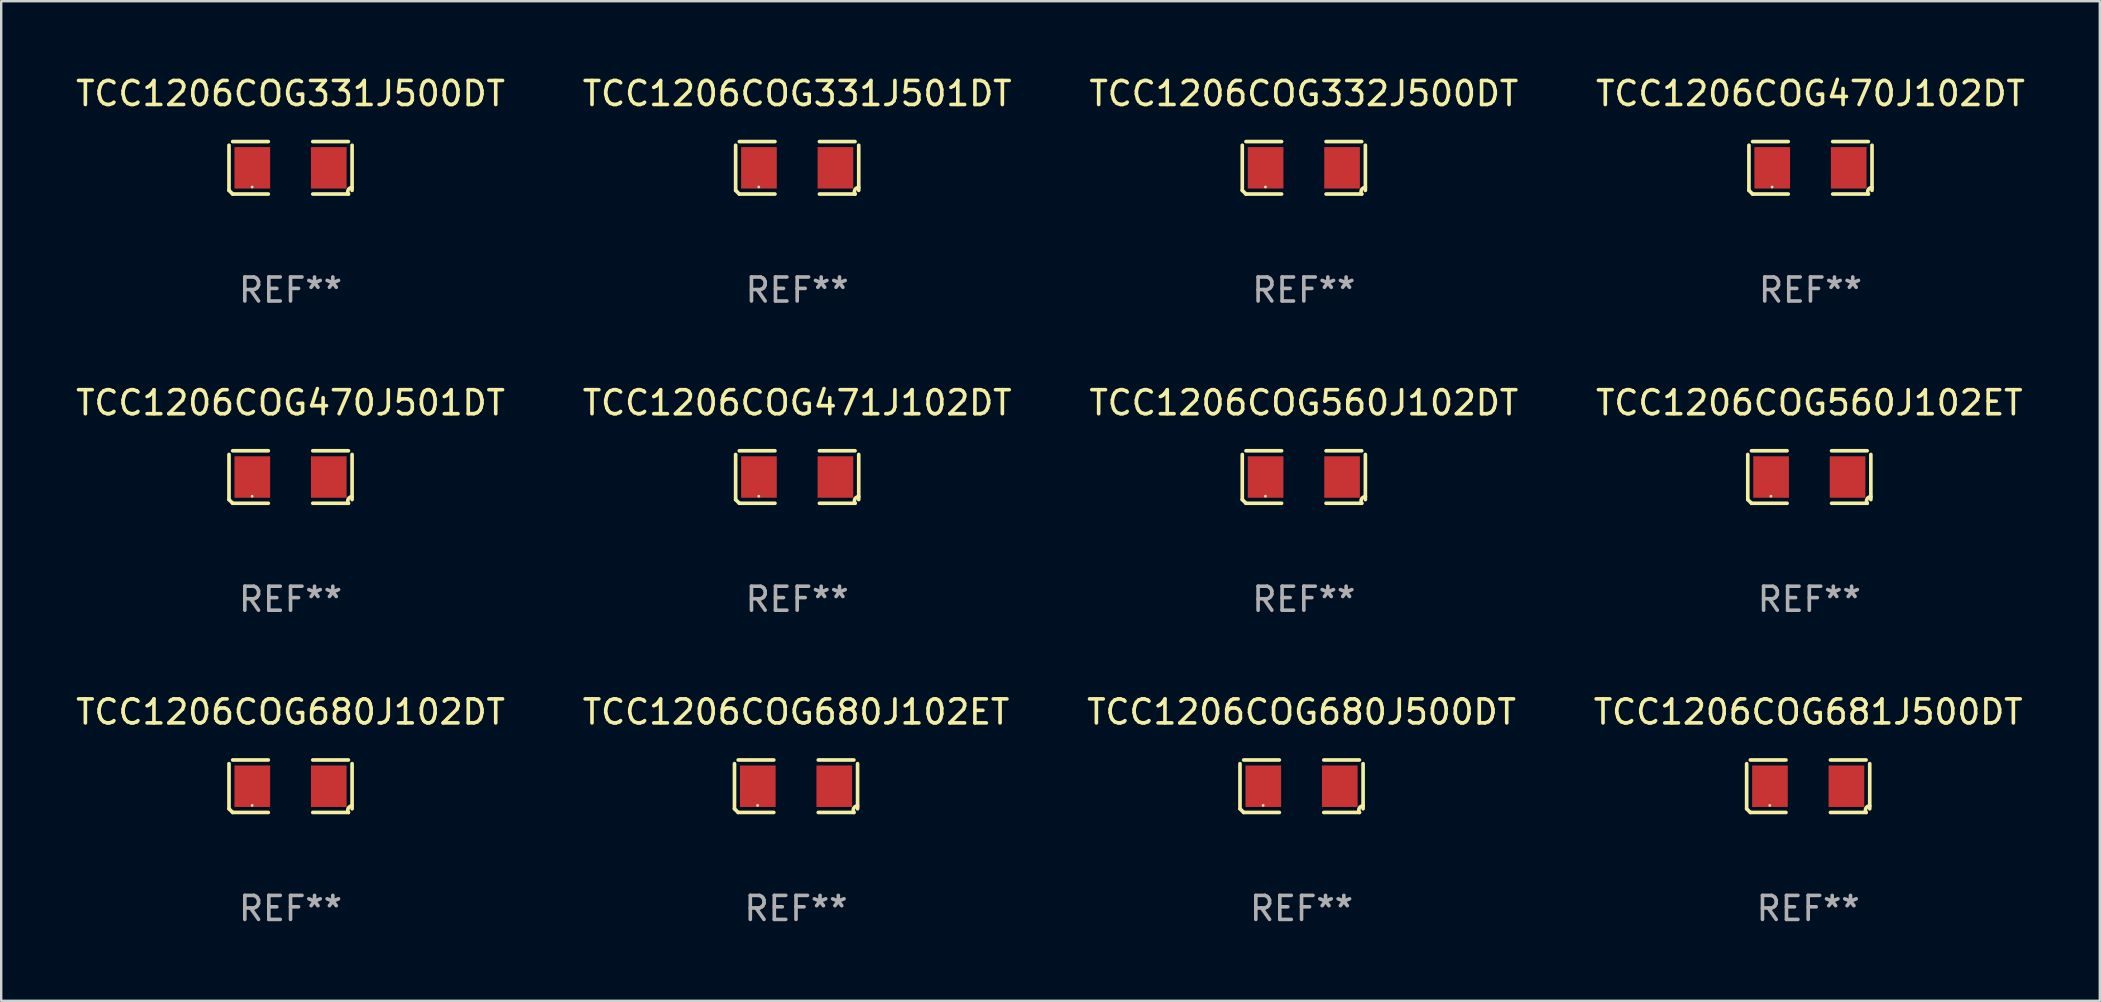
<source format=kicad_pcb>
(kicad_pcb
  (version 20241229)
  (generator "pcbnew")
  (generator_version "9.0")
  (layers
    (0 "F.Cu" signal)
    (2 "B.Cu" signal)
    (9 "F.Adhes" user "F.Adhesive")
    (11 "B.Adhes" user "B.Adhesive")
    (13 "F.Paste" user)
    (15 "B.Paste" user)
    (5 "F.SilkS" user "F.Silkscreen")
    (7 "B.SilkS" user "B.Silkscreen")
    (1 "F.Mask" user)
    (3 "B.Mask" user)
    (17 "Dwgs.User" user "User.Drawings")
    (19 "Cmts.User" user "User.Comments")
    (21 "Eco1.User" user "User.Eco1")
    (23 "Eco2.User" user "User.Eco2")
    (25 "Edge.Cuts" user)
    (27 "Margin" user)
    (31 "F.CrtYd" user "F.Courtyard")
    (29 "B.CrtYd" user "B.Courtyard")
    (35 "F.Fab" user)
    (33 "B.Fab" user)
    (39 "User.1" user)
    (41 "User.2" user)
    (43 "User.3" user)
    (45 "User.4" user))
  (footprint "TCC1206COG680J102ET"
    (layer "F.Cu")
    (at 30.113 29.704)
    (property "Reference" "TCC1206COG680J102ET" (at 0 -3.093 0) (layer "F.SilkS") (effects (font (size 1 1) (thickness 0.15))))
    (attr through_hole)
    (fp_line (start -2.564 0.94) (end -2.564 -0.94) (stroke (width 0.152) (type solid)) (layer "F.SilkS"))
    (fp_line (start -2.411 -1.093) (end -0.926 -1.093) (stroke (width 0.152) (type solid)) (layer "F.SilkS"))
    (fp_line (start -0.926 1.093) (end -2.411 1.093) (stroke (width 0.152) (type solid)) (layer "F.SilkS"))
    (fp_line (start 0.926 1.093) (end 2.411 1.093) (stroke (width 0.152) (type solid)) (layer "F.SilkS"))
    (fp_line (start 2.411 -1.093) (end 0.926 -1.093) (stroke (width 0.152) (type solid)) (layer "F.SilkS"))
    (fp_line (start 2.564 0.94) (end 2.564 -0.94) (stroke (width 0.152) (type solid)) (layer "F.SilkS"))
    (fp_arc (start -2.411201 1.092609) (mid -2.487413 1.01642) (end -2.563602 0.940208) (stroke (width 0.1524) (type solid)) (layer "F.SilkS"))
    (fp_arc (start 2.411201 1.092609) (mid 2.407159 0.911226) (end 2.563602 0.819347) (stroke (width 0.1524) (type solid)) (layer "F.SilkS"))
    (fp_circle (center -1.6 0.8) (end -1.57 0.8) (stroke (width 0.06) (type solid)) (fill no) (layer "F.SilkS"))
    (fp_text user "REF**" (at 0 5.093 0) (layer "F.Fab") (effects (font (size 1 1) (thickness 0.15))))
    (pad "1" smd rect (at -1.593 0) (size 1.485 1.728) (layers "F.Cu" "F.Mask" "F.Paste"))
    (pad "2" smd rect (at 1.593 0) (size 1.485 1.728) (layers "F.Cu" "F.Mask" "F.Paste")))
  (footprint "TCC1206COG680J500DT"
    (layer "F.Cu")
    (at 51.173 29.704)
    (property "Reference" "TCC1206COG680J500DT" (at 0 -3.093 0) (layer "F.SilkS") (effects (font (size 1 1) (thickness 0.15))))
    (attr through_hole)
    (fp_line (start -2.564 0.94) (end -2.564 -0.94) (stroke (width 0.152) (type solid)) (layer "F.SilkS"))
    (fp_line (start -2.411 -1.093) (end -0.926 -1.093) (stroke (width 0.152) (type solid)) (layer "F.SilkS"))
    (fp_line (start -0.926 1.093) (end -2.411 1.093) (stroke (width 0.152) (type solid)) (layer "F.SilkS"))
    (fp_line (start 0.926 1.093) (end 2.411 1.093) (stroke (width 0.152) (type solid)) (layer "F.SilkS"))
    (fp_line (start 2.411 -1.093) (end 0.926 -1.093) (stroke (width 0.152) (type solid)) (layer "F.SilkS"))
    (fp_line (start 2.564 0.94) (end 2.564 -0.94) (stroke (width 0.152) (type solid)) (layer "F.SilkS"))
    (fp_arc (start -2.411201 1.092609) (mid -2.487413 1.01642) (end -2.563602 0.940208) (stroke (width 0.1524) (type solid)) (layer "F.SilkS"))
    (fp_arc (start 2.411201 1.092609) (mid 2.407159 0.911226) (end 2.563602 0.819347) (stroke (width 0.1524) (type solid)) (layer "F.SilkS"))
    (fp_circle (center -1.6 0.8) (end -1.57 0.8) (stroke (width 0.06) (type solid)) (fill no) (layer "F.SilkS"))
    (fp_text user "REF**" (at 0 5.093 0) (layer "F.Fab") (effects (font (size 1 1) (thickness 0.15))))
    (pad "1" smd rect (at -1.593 0) (size 1.485 1.728) (layers "F.Cu" "F.Mask" "F.Paste"))
    (pad "2" smd rect (at 1.593 0) (size 1.485 1.728) (layers "F.Cu" "F.Mask" "F.Paste")))
  (footprint "TCC1206COG680J102DT"
    (layer "F.Cu")
    (at 9.054 29.704)
    (property "Reference" "TCC1206COG680J102DT" (at 0 -3.093 0) (layer "F.SilkS") (effects (font (size 1 1) (thickness 0.15))))
    (attr through_hole)
    (fp_line (start -2.564 0.94) (end -2.564 -0.94) (stroke (width 0.152) (type solid)) (layer "F.SilkS"))
    (fp_line (start -2.411 -1.093) (end -0.926 -1.093) (stroke (width 0.152) (type solid)) (layer "F.SilkS"))
    (fp_line (start -0.926 1.093) (end -2.411 1.093) (stroke (width 0.152) (type solid)) (layer "F.SilkS"))
    (fp_line (start 0.926 1.093) (end 2.411 1.093) (stroke (width 0.152) (type solid)) (layer "F.SilkS"))
    (fp_line (start 2.411 -1.093) (end 0.926 -1.093) (stroke (width 0.152) (type solid)) (layer "F.SilkS"))
    (fp_line (start 2.564 0.94) (end 2.564 -0.94) (stroke (width 0.152) (type solid)) (layer "F.SilkS"))
    (fp_arc (start -2.411201 1.092609) (mid -2.487413 1.01642) (end -2.563602 0.940208) (stroke (width 0.1524) (type solid)) (layer "F.SilkS"))
    (fp_arc (start 2.411201 1.092609) (mid 2.407159 0.911226) (end 2.563602 0.819347) (stroke (width 0.1524) (type solid)) (layer "F.SilkS"))
    (fp_circle (center -1.6 0.8) (end -1.57 0.8) (stroke (width 0.06) (type solid)) (fill no) (layer "F.SilkS"))
    (fp_text user "REF**" (at 0 5.093 0) (layer "F.Fab") (effects (font (size 1 1) (thickness 0.15))))
    (pad "1" smd rect (at -1.593 0) (size 1.485 1.728) (layers "F.Cu" "F.Mask" "F.Paste"))
    (pad "2" smd rect (at 1.593 0) (size 1.485 1.728) (layers "F.Cu" "F.Mask" "F.Paste")))
  (footprint "TCC1206COG331J500DT"
    (layer "F.Cu")
    (at 9.054 3.941)
    (property "Reference" "TCC1206COG331J500DT" (at 0 -3.093 0) (layer "F.SilkS") (effects (font (size 1 1) (thickness 0.15))))
    (attr through_hole)
    (fp_line (start -2.564 0.94) (end -2.564 -0.94) (stroke (width 0.152) (type solid)) (layer "F.SilkS"))
    (fp_line (start -2.411 -1.093) (end -0.926 -1.093) (stroke (width 0.152) (type solid)) (layer "F.SilkS"))
    (fp_line (start -0.926 1.093) (end -2.411 1.093) (stroke (width 0.152) (type solid)) (layer "F.SilkS"))
    (fp_line (start 0.926 1.093) (end 2.411 1.093) (stroke (width 0.152) (type solid)) (layer "F.SilkS"))
    (fp_line (start 2.411 -1.093) (end 0.926 -1.093) (stroke (width 0.152) (type solid)) (layer "F.SilkS"))
    (fp_line (start 2.564 0.94) (end 2.564 -0.94) (stroke (width 0.152) (type solid)) (layer "F.SilkS"))
    (fp_arc (start -2.411201 1.092609) (mid -2.487413 1.01642) (end -2.563602 0.940208) (stroke (width 0.1524) (type solid)) (layer "F.SilkS"))
    (fp_arc (start 2.411201 1.092609) (mid 2.407159 0.911226) (end 2.563602 0.819347) (stroke (width 0.1524) (type solid)) (layer "F.SilkS"))
    (fp_circle (center -1.6 0.8) (end -1.57 0.8) (stroke (width 0.06) (type solid)) (fill no) (layer "F.SilkS"))
    (fp_text user "REF**" (at 0 5.093 0) (layer "F.Fab") (effects (font (size 1 1) (thickness 0.15))))
    (pad "1" smd rect (at -1.593 0) (size 1.485 1.728) (layers "F.Cu" "F.Mask" "F.Paste"))
    (pad "2" smd rect (at 1.593 0) (size 1.485 1.728) (layers "F.Cu" "F.Mask" "F.Paste")))
  (footprint "TCC1206COG331J501DT"
    (layer "F.Cu")
    (at 30.161 3.941)
    (property "Reference" "TCC1206COG331J501DT" (at 0 -3.093 0) (layer "F.SilkS") (effects (font (size 1 1) (thickness 0.15))))
    (attr through_hole)
    (fp_line (start -2.564 0.94) (end -2.564 -0.94) (stroke (width 0.152) (type solid)) (layer "F.SilkS"))
    (fp_line (start -2.411 -1.093) (end -0.926 -1.093) (stroke (width 0.152) (type solid)) (layer "F.SilkS"))
    (fp_line (start -0.926 1.093) (end -2.411 1.093) (stroke (width 0.152) (type solid)) (layer "F.SilkS"))
    (fp_line (start 0.926 1.093) (end 2.411 1.093) (stroke (width 0.152) (type solid)) (layer "F.SilkS"))
    (fp_line (start 2.411 -1.093) (end 0.926 -1.093) (stroke (width 0.152) (type solid)) (layer "F.SilkS"))
    (fp_line (start 2.564 0.94) (end 2.564 -0.94) (stroke (width 0.152) (type solid)) (layer "F.SilkS"))
    (fp_arc (start -2.411201 1.092609) (mid -2.487413 1.01642) (end -2.563602 0.940208) (stroke (width 0.1524) (type solid)) (layer "F.SilkS"))
    (fp_arc (start 2.411201 1.092609) (mid 2.407159 0.911226) (end 2.563602 0.819347) (stroke (width 0.1524) (type solid)) (layer "F.SilkS"))
    (fp_circle (center -1.6 0.8) (end -1.57 0.8) (stroke (width 0.06) (type solid)) (fill no) (layer "F.SilkS"))
    (fp_text user "REF**" (at 0 5.093 0) (layer "F.Fab") (effects (font (size 1 1) (thickness 0.15))))
    (pad "1" smd rect (at -1.593 0) (size 1.485 1.728) (layers "F.Cu" "F.Mask" "F.Paste"))
    (pad "2" smd rect (at 1.593 0) (size 1.485 1.728) (layers "F.Cu" "F.Mask" "F.Paste")))
  (footprint "TCC1206COG471J102DT"
    (layer "F.Cu")
    (at 30.161 16.823)
    (property "Reference" "TCC1206COG471J102DT" (at 0 -3.093 0) (layer "F.SilkS") (effects (font (size 1 1) (thickness 0.15))))
    (attr through_hole)
    (fp_line (start -2.564 0.94) (end -2.564 -0.94) (stroke (width 0.152) (type solid)) (layer "F.SilkS"))
    (fp_line (start -2.411 -1.093) (end -0.926 -1.093) (stroke (width 0.152) (type solid)) (layer "F.SilkS"))
    (fp_line (start -0.926 1.093) (end -2.411 1.093) (stroke (width 0.152) (type solid)) (layer "F.SilkS"))
    (fp_line (start 0.926 1.093) (end 2.411 1.093) (stroke (width 0.152) (type solid)) (layer "F.SilkS"))
    (fp_line (start 2.411 -1.093) (end 0.926 -1.093) (stroke (width 0.152) (type solid)) (layer "F.SilkS"))
    (fp_line (start 2.564 0.94) (end 2.564 -0.94) (stroke (width 0.152) (type solid)) (layer "F.SilkS"))
    (fp_arc (start -2.411201 1.092609) (mid -2.487413 1.01642) (end -2.563602 0.940208) (stroke (width 0.1524) (type solid)) (layer "F.SilkS"))
    (fp_arc (start 2.411201 1.092609) (mid 2.407159 0.911226) (end 2.563602 0.819347) (stroke (width 0.1524) (type solid)) (layer "F.SilkS"))
    (fp_circle (center -1.6 0.8) (end -1.57 0.8) (stroke (width 0.06) (type solid)) (fill no) (layer "F.SilkS"))
    (fp_text user "REF**" (at 0 5.093 0) (layer "F.Fab") (effects (font (size 1 1) (thickness 0.15))))
    (pad "1" smd rect (at -1.593 0) (size 1.485 1.728) (layers "F.Cu" "F.Mask" "F.Paste"))
    (pad "2" smd rect (at 1.593 0) (size 1.485 1.728) (layers "F.Cu" "F.Mask" "F.Paste")))
  (footprint "TCC1206COG681J500DT"
    (layer "F.Cu")
    (at 72.28 29.704)
    (property "Reference" "TCC1206COG681J500DT" (at 0 -3.093 0) (layer "F.SilkS") (effects (font (size 1 1) (thickness 0.15))))
    (attr through_hole)
    (fp_line (start -2.564 0.94) (end -2.564 -0.94) (stroke (width 0.152) (type solid)) (layer "F.SilkS"))
    (fp_line (start -2.411 -1.093) (end -0.926 -1.093) (stroke (width 0.152) (type solid)) (layer "F.SilkS"))
    (fp_line (start -0.926 1.093) (end -2.411 1.093) (stroke (width 0.152) (type solid)) (layer "F.SilkS"))
    (fp_line (start 0.926 1.093) (end 2.411 1.093) (stroke (width 0.152) (type solid)) (layer "F.SilkS"))
    (fp_line (start 2.411 -1.093) (end 0.926 -1.093) (stroke (width 0.152) (type solid)) (layer "F.SilkS"))
    (fp_line (start 2.564 0.94) (end 2.564 -0.94) (stroke (width 0.152) (type solid)) (layer "F.SilkS"))
    (fp_arc (start -2.411201 1.092609) (mid -2.487413 1.01642) (end -2.563602 0.940208) (stroke (width 0.1524) (type solid)) (layer "F.SilkS"))
    (fp_arc (start 2.411201 1.092609) (mid 2.407159 0.911226) (end 2.563602 0.819347) (stroke (width 0.1524) (type solid)) (layer "F.SilkS"))
    (fp_circle (center -1.6 0.8) (end -1.57 0.8) (stroke (width 0.06) (type solid)) (fill no) (layer "F.SilkS"))
    (fp_text user "REF**" (at 0 5.093 0) (layer "F.Fab") (effects (font (size 1 1) (thickness 0.15))))
    (pad "1" smd rect (at -1.593 0) (size 1.485 1.728) (layers "F.Cu" "F.Mask" "F.Paste"))
    (pad "2" smd rect (at 1.593 0) (size 1.485 1.728) (layers "F.Cu" "F.Mask" "F.Paste")))
  (footprint "TCC1206COG560J102DT"
    (layer "F.Cu")
    (at 51.268 16.823)
    (property "Reference" "TCC1206COG560J102DT" (at 0 -3.093 0) (layer "F.SilkS") (effects (font (size 1 1) (thickness 0.15))))
    (attr through_hole)
    (fp_line (start -2.564 0.94) (end -2.564 -0.94) (stroke (width 0.152) (type solid)) (layer "F.SilkS"))
    (fp_line (start -2.411 -1.093) (end -0.926 -1.093) (stroke (width 0.152) (type solid)) (layer "F.SilkS"))
    (fp_line (start -0.926 1.093) (end -2.411 1.093) (stroke (width 0.152) (type solid)) (layer "F.SilkS"))
    (fp_line (start 0.926 1.093) (end 2.411 1.093) (stroke (width 0.152) (type solid)) (layer "F.SilkS"))
    (fp_line (start 2.411 -1.093) (end 0.926 -1.093) (stroke (width 0.152) (type solid)) (layer "F.SilkS"))
    (fp_line (start 2.564 0.94) (end 2.564 -0.94) (stroke (width 0.152) (type solid)) (layer "F.SilkS"))
    (fp_arc (start -2.411201 1.092609) (mid -2.487413 1.01642) (end -2.563602 0.940208) (stroke (width 0.1524) (type solid)) (layer "F.SilkS"))
    (fp_arc (start 2.411201 1.092609) (mid 2.407159 0.911226) (end 2.563602 0.819347) (stroke (width 0.1524) (type solid)) (layer "F.SilkS"))
    (fp_circle (center -1.6 0.8) (end -1.57 0.8) (stroke (width 0.06) (type solid)) (fill no) (layer "F.SilkS"))
    (fp_text user "REF**" (at 0 5.093 0) (layer "F.Fab") (effects (font (size 1 1) (thickness 0.15))))
    (pad "1" smd rect (at -1.593 0) (size 1.485 1.728) (layers "F.Cu" "F.Mask" "F.Paste"))
    (pad "2" smd rect (at 1.593 0) (size 1.485 1.728) (layers "F.Cu" "F.Mask" "F.Paste")))
  (footprint "TCC1206COG470J102DT"
    (layer "F.Cu")
    (at 72.375 3.941)
    (property "Reference" "TCC1206COG470J102DT" (at 0 -3.093 0) (layer "F.SilkS") (effects (font (size 1 1) (thickness 0.15))))
    (attr through_hole)
    (fp_line (start -2.564 0.94) (end -2.564 -0.94) (stroke (width 0.152) (type solid)) (layer "F.SilkS"))
    (fp_line (start -2.411 -1.093) (end -0.926 -1.093) (stroke (width 0.152) (type solid)) (layer "F.SilkS"))
    (fp_line (start -0.926 1.093) (end -2.411 1.093) (stroke (width 0.152) (type solid)) (layer "F.SilkS"))
    (fp_line (start 0.926 1.093) (end 2.411 1.093) (stroke (width 0.152) (type solid)) (layer "F.SilkS"))
    (fp_line (start 2.411 -1.093) (end 0.926 -1.093) (stroke (width 0.152) (type solid)) (layer "F.SilkS"))
    (fp_line (start 2.564 0.94) (end 2.564 -0.94) (stroke (width 0.152) (type solid)) (layer "F.SilkS"))
    (fp_arc (start -2.411201 1.092609) (mid -2.487413 1.01642) (end -2.563602 0.940208) (stroke (width 0.1524) (type solid)) (layer "F.SilkS"))
    (fp_arc (start 2.411201 1.092609) (mid 2.407159 0.911226) (end 2.563602 0.819347) (stroke (width 0.1524) (type solid)) (layer "F.SilkS"))
    (fp_circle (center -1.6 0.8) (end -1.57 0.8) (stroke (width 0.06) (type solid)) (fill no) (layer "F.SilkS"))
    (fp_text user "REF**" (at 0 5.093 0) (layer "F.Fab") (effects (font (size 1 1) (thickness 0.15))))
    (pad "1" smd rect (at -1.593 0) (size 1.485 1.728) (layers "F.Cu" "F.Mask" "F.Paste"))
    (pad "2" smd rect (at 1.593 0) (size 1.485 1.728) (layers "F.Cu" "F.Mask" "F.Paste")))
  (footprint "TCC1206COG332J500DT"
    (layer "F.Cu")
    (at 51.268 3.941)
    (property "Reference" "TCC1206COG332J500DT" (at 0 -3.093 0) (layer "F.SilkS") (effects (font (size 1 1) (thickness 0.15))))
    (attr through_hole)
    (fp_line (start -2.564 0.94) (end -2.564 -0.94) (stroke (width 0.152) (type solid)) (layer "F.SilkS"))
    (fp_line (start -2.411 -1.093) (end -0.926 -1.093) (stroke (width 0.152) (type solid)) (layer "F.SilkS"))
    (fp_line (start -0.926 1.093) (end -2.411 1.093) (stroke (width 0.152) (type solid)) (layer "F.SilkS"))
    (fp_line (start 0.926 1.093) (end 2.411 1.093) (stroke (width 0.152) (type solid)) (layer "F.SilkS"))
    (fp_line (start 2.411 -1.093) (end 0.926 -1.093) (stroke (width 0.152) (type solid)) (layer "F.SilkS"))
    (fp_line (start 2.564 0.94) (end 2.564 -0.94) (stroke (width 0.152) (type solid)) (layer "F.SilkS"))
    (fp_arc (start -2.411201 1.092609) (mid -2.487413 1.01642) (end -2.563602 0.940208) (stroke (width 0.1524) (type solid)) (layer "F.SilkS"))
    (fp_arc (start 2.411201 1.092609) (mid 2.407159 0.911226) (end 2.563602 0.819347) (stroke (width 0.1524) (type solid)) (layer "F.SilkS"))
    (fp_circle (center -1.6 0.8) (end -1.57 0.8) (stroke (width 0.06) (type solid)) (fill no) (layer "F.SilkS"))
    (fp_text user "REF**" (at 0 5.093 0) (layer "F.Fab") (effects (font (size 1 1) (thickness 0.15))))
    (pad "1" smd rect (at -1.593 0) (size 1.485 1.728) (layers "F.Cu" "F.Mask" "F.Paste"))
    (pad "2" smd rect (at 1.593 0) (size 1.485 1.728) (layers "F.Cu" "F.Mask" "F.Paste")))
  (footprint "TCC1206COG560J102ET"
    (layer "F.Cu")
    (at 72.327 16.823)
    (property "Reference" "TCC1206COG560J102ET" (at 0 -3.093 0) (layer "F.SilkS") (effects (font (size 1 1) (thickness 0.15))))
    (attr through_hole)
    (fp_line (start -2.564 0.94) (end -2.564 -0.94) (stroke (width 0.152) (type solid)) (layer "F.SilkS"))
    (fp_line (start -2.411 -1.093) (end -0.926 -1.093) (stroke (width 0.152) (type solid)) (layer "F.SilkS"))
    (fp_line (start -0.926 1.093) (end -2.411 1.093) (stroke (width 0.152) (type solid)) (layer "F.SilkS"))
    (fp_line (start 0.926 1.093) (end 2.411 1.093) (stroke (width 0.152) (type solid)) (layer "F.SilkS"))
    (fp_line (start 2.411 -1.093) (end 0.926 -1.093) (stroke (width 0.152) (type solid)) (layer "F.SilkS"))
    (fp_line (start 2.564 0.94) (end 2.564 -0.94) (stroke (width 0.152) (type solid)) (layer "F.SilkS"))
    (fp_arc (start -2.411201 1.092609) (mid -2.487413 1.01642) (end -2.563602 0.940208) (stroke (width 0.1524) (type solid)) (layer "F.SilkS"))
    (fp_arc (start 2.411201 1.092609) (mid 2.407159 0.911226) (end 2.563602 0.819347) (stroke (width 0.1524) (type solid)) (layer "F.SilkS"))
    (fp_circle (center -1.6 0.8) (end -1.57 0.8) (stroke (width 0.06) (type solid)) (fill no) (layer "F.SilkS"))
    (fp_text user "REF**" (at 0 5.093 0) (layer "F.Fab") (effects (font (size 1 1) (thickness 0.15))))
    (pad "1" smd rect (at -1.593 0) (size 1.485 1.728) (layers "F.Cu" "F.Mask" "F.Paste"))
    (pad "2" smd rect (at 1.593 0) (size 1.485 1.728) (layers "F.Cu" "F.Mask" "F.Paste")))
  (footprint "TCC1206COG470J501DT"
    (layer "F.Cu")
    (at 9.054 16.823)
    (property "Reference" "TCC1206COG470J501DT" (at 0 -3.093 0) (layer "F.SilkS") (effects (font (size 1 1) (thickness 0.15))))
    (attr through_hole)
    (fp_line (start -2.564 0.94) (end -2.564 -0.94) (stroke (width 0.152) (type solid)) (layer "F.SilkS"))
    (fp_line (start -2.411 -1.093) (end -0.926 -1.093) (stroke (width 0.152) (type solid)) (layer "F.SilkS"))
    (fp_line (start -0.926 1.093) (end -2.411 1.093) (stroke (width 0.152) (type solid)) (layer "F.SilkS"))
    (fp_line (start 0.926 1.093) (end 2.411 1.093) (stroke (width 0.152) (type solid)) (layer "F.SilkS"))
    (fp_line (start 2.411 -1.093) (end 0.926 -1.093) (stroke (width 0.152) (type solid)) (layer "F.SilkS"))
    (fp_line (start 2.564 0.94) (end 2.564 -0.94) (stroke (width 0.152) (type solid)) (layer "F.SilkS"))
    (fp_arc (start -2.411201 1.092609) (mid -2.487413 1.01642) (end -2.563602 0.940208) (stroke (width 0.1524) (type solid)) (layer "F.SilkS"))
    (fp_arc (start 2.411201 1.092609) (mid 2.407159 0.911226) (end 2.563602 0.819347) (stroke (width 0.1524) (type solid)) (layer "F.SilkS"))
    (fp_circle (center -1.6 0.8) (end -1.57 0.8) (stroke (width 0.06) (type solid)) (fill no) (layer "F.SilkS"))
    (fp_text user "REF**" (at 0 5.093 0) (layer "F.Fab") (effects (font (size 1 1) (thickness 0.15))))
    (pad "1" smd rect (at -1.593 0) (size 1.485 1.728) (layers "F.Cu" "F.Mask" "F.Paste"))
    (pad "2" smd rect (at 1.593 0) (size 1.485 1.728) (layers "F.Cu" "F.Mask" "F.Paste")))
  (gr_rect
    (start -3 -3)
    (end 84.429 38.645)
    (stroke (width 0.1) (type default))
    (fill no)
    (layer "Edge.Cuts")))
</source>
